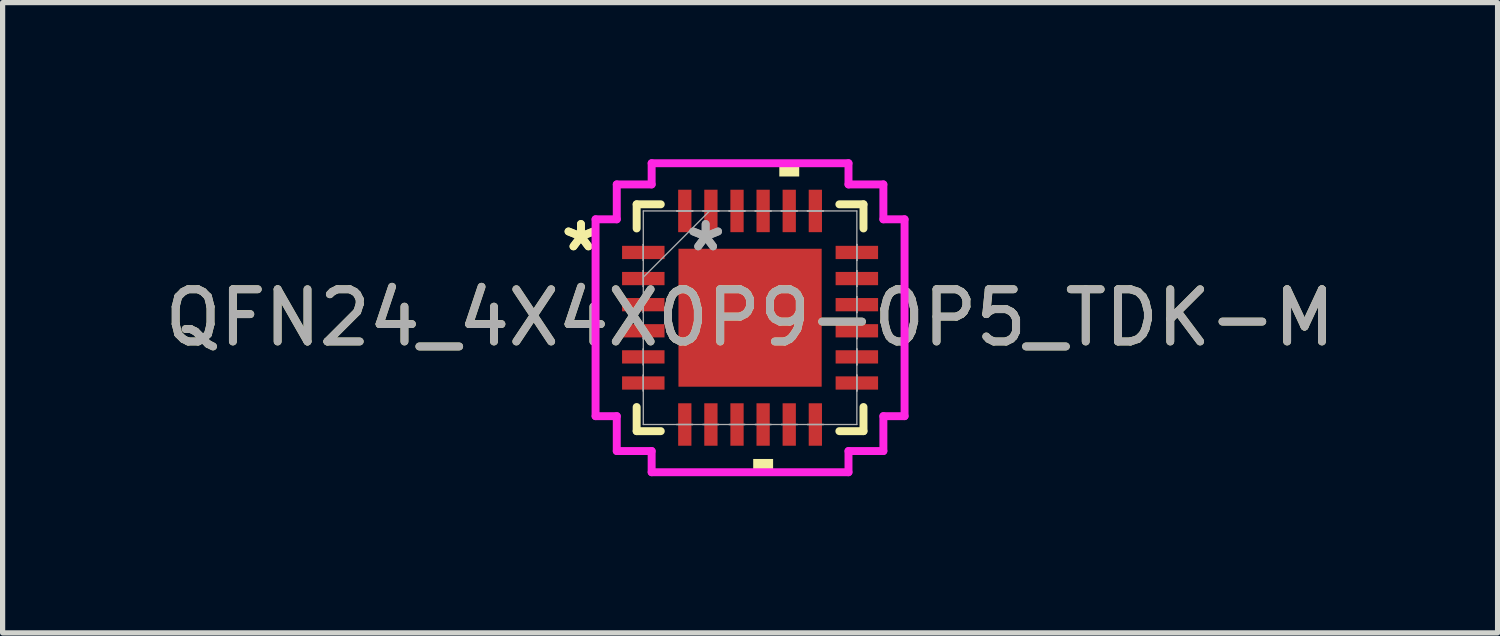
<source format=kicad_pcb>
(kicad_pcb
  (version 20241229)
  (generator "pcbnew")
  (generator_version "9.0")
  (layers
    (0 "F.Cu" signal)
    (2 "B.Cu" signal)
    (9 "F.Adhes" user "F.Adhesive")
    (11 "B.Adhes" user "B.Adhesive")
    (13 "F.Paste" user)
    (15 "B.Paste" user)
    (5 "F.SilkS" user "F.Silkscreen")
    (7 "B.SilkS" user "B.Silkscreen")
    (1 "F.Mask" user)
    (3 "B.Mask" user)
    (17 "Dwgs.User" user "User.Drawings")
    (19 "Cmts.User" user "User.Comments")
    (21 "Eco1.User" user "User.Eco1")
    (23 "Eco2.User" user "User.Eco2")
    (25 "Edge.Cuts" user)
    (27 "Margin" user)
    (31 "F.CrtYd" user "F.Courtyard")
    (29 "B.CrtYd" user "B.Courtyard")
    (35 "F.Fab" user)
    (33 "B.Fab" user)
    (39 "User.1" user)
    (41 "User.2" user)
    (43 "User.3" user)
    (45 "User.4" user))
  (footprint "QFN24_4X4X0P9-0P5_TDK-M"
    (layer "F.Cu")
    (at 11.315 3.035)
    (property "Reference" "QFN24_4X4X0P9-0P5_TDK-M" (at 0 0 0) (unlocked yes) (layer "F.SilkS") (effects (font (size 1 1) (thickness 0.15))))
    (attr smd)
    (fp_line (start -2.172 -2.172) (end -2.172 -1.71) (stroke (width 0.152) (type solid)) (layer "F.SilkS"))
    (fp_line (start -2.172 1.71) (end -2.172 2.172) (stroke (width 0.152) (type solid)) (layer "F.SilkS"))
    (fp_line (start -2.172 2.172) (end -1.71 2.172) (stroke (width 0.152) (type solid)) (layer "F.SilkS"))
    (fp_line (start -1.71 -2.172) (end -2.172 -2.172) (stroke (width 0.152) (type solid)) (layer "F.SilkS"))
    (fp_line (start 1.71 2.172) (end 2.172 2.172) (stroke (width 0.152) (type solid)) (layer "F.SilkS"))
    (fp_line (start 2.172 -2.172) (end 1.71 -2.172) (stroke (width 0.152) (type solid)) (layer "F.SilkS"))
    (fp_line (start 2.172 -1.71) (end 2.172 -2.172) (stroke (width 0.152) (type solid)) (layer "F.SilkS"))
    (fp_line (start 2.172 2.172) (end 2.172 1.71) (stroke (width 0.152) (type solid)) (layer "F.SilkS"))
    (fp_poly (pts (xy 0.06 2.705) (xy 0.06 2.959) (xy 0.441 2.959) (xy 0.441 2.705)) (stroke (width 0) (type solid)) (fill yes) (layer "F.SilkS"))
    (fp_poly (pts (xy 0.56 -2.705) (xy 0.56 -2.959) (xy 0.941 -2.959) (xy 0.941 -2.705)) (stroke (width 0) (type solid)) (fill yes) (layer "F.SilkS"))
    (fp_line (start -2.959 -1.885) (end -2.553 -1.885) (stroke (width 0.152) (type solid)) (layer "F.CrtYd"))
    (fp_line (start -2.959 1.885) (end -2.959 -1.885) (stroke (width 0.152) (type solid)) (layer "F.CrtYd"))
    (fp_line (start -2.553 -2.553) (end -1.885 -2.553) (stroke (width 0.152) (type solid)) (layer "F.CrtYd"))
    (fp_line (start -2.553 -1.885) (end -2.553 -2.553) (stroke (width 0.152) (type solid)) (layer "F.CrtYd"))
    (fp_line (start -2.553 1.885) (end -2.959 1.885) (stroke (width 0.152) (type solid)) (layer "F.CrtYd"))
    (fp_line (start -2.553 2.553) (end -2.553 1.885) (stroke (width 0.152) (type solid)) (layer "F.CrtYd"))
    (fp_line (start -1.885 -2.959) (end 1.885 -2.959) (stroke (width 0.152) (type solid)) (layer "F.CrtYd"))
    (fp_line (start -1.885 -2.553) (end -1.885 -2.959) (stroke (width 0.152) (type solid)) (layer "F.CrtYd"))
    (fp_line (start -1.885 2.553) (end -2.553 2.553) (stroke (width 0.152) (type solid)) (layer "F.CrtYd"))
    (fp_line (start -1.885 2.959) (end -1.885 2.553) (stroke (width 0.152) (type solid)) (layer "F.CrtYd"))
    (fp_line (start 1.885 -2.959) (end 1.885 -2.553) (stroke (width 0.152) (type solid)) (layer "F.CrtYd"))
    (fp_line (start 1.885 -2.553) (end 2.553 -2.553) (stroke (width 0.152) (type solid)) (layer "F.CrtYd"))
    (fp_line (start 1.885 2.553) (end 1.885 2.959) (stroke (width 0.152) (type solid)) (layer "F.CrtYd"))
    (fp_line (start 1.885 2.959) (end -1.885 2.959) (stroke (width 0.152) (type solid)) (layer "F.CrtYd"))
    (fp_line (start 2.553 -2.553) (end 2.553 -1.885) (stroke (width 0.152) (type solid)) (layer "F.CrtYd"))
    (fp_line (start 2.553 -1.885) (end 2.959 -1.885) (stroke (width 0.152) (type solid)) (layer "F.CrtYd"))
    (fp_line (start 2.553 1.885) (end 2.553 2.553) (stroke (width 0.152) (type solid)) (layer "F.CrtYd"))
    (fp_line (start 2.553 2.553) (end 1.885 2.553) (stroke (width 0.152) (type solid)) (layer "F.CrtYd"))
    (fp_line (start 2.959 -1.885) (end 2.959 1.885) (stroke (width 0.152) (type solid)) (layer "F.CrtYd"))
    (fp_line (start 2.959 1.885) (end 2.553 1.885) (stroke (width 0.152) (type solid)) (layer "F.CrtYd"))
    (fp_line (start -2.045 -2.045) (end -2.045 2.045) (stroke (width 0.025) (type solid)) (layer "F.Fab"))
    (fp_line (start -2.045 -1.403) (end -2.045 -1.403) (stroke (width 0.025) (type solid)) (layer "F.Fab"))
    (fp_line (start -2.045 -1.403) (end -2.045 -1.098) (stroke (width 0.025) (type solid)) (layer "F.Fab"))
    (fp_line (start -2.045 -1.098) (end -2.045 -1.403) (stroke (width 0.025) (type solid)) (layer "F.Fab"))
    (fp_line (start -2.045 -1.098) (end -2.045 -1.098) (stroke (width 0.025) (type solid)) (layer "F.Fab"))
    (fp_line (start -2.045 -0.903) (end -2.045 -0.903) (stroke (width 0.025) (type solid)) (layer "F.Fab"))
    (fp_line (start -2.045 -0.903) (end -2.045 -0.598) (stroke (width 0.025) (type solid)) (layer "F.Fab"))
    (fp_line (start -2.045 -0.775) (end -0.775 -2.045) (stroke (width 0.025) (type solid)) (layer "F.Fab"))
    (fp_line (start -2.045 -0.598) (end -2.045 -0.903) (stroke (width 0.025) (type solid)) (layer "F.Fab"))
    (fp_line (start -2.045 -0.598) (end -2.045 -0.598) (stroke (width 0.025) (type solid)) (layer "F.Fab"))
    (fp_line (start -2.045 -0.402) (end -2.045 -0.402) (stroke (width 0.025) (type solid)) (layer "F.Fab"))
    (fp_line (start -2.045 -0.402) (end -2.045 -0.098) (stroke (width 0.025) (type solid)) (layer "F.Fab"))
    (fp_line (start -2.045 -0.098) (end -2.045 -0.402) (stroke (width 0.025) (type solid)) (layer "F.Fab"))
    (fp_line (start -2.045 -0.098) (end -2.045 -0.098) (stroke (width 0.025) (type solid)) (layer "F.Fab"))
    (fp_line (start -2.045 0.098) (end -2.045 0.098) (stroke (width 0.025) (type solid)) (layer "F.Fab"))
    (fp_line (start -2.045 0.098) (end -2.045 0.402) (stroke (width 0.025) (type solid)) (layer "F.Fab"))
    (fp_line (start -2.045 0.402) (end -2.045 0.098) (stroke (width 0.025) (type solid)) (layer "F.Fab"))
    (fp_line (start -2.045 0.402) (end -2.045 0.402) (stroke (width 0.025) (type solid)) (layer "F.Fab"))
    (fp_line (start -2.045 0.598) (end -2.045 0.598) (stroke (width 0.025) (type solid)) (layer "F.Fab"))
    (fp_line (start -2.045 0.598) (end -2.045 0.903) (stroke (width 0.025) (type solid)) (layer "F.Fab"))
    (fp_line (start -2.045 0.903) (end -2.045 0.598) (stroke (width 0.025) (type solid)) (layer "F.Fab"))
    (fp_line (start -2.045 0.903) (end -2.045 0.903) (stroke (width 0.025) (type solid)) (layer "F.Fab"))
    (fp_line (start -2.045 1.098) (end -2.045 1.098) (stroke (width 0.025) (type solid)) (layer "F.Fab"))
    (fp_line (start -2.045 1.098) (end -2.045 1.403) (stroke (width 0.025) (type solid)) (layer "F.Fab"))
    (fp_line (start -2.045 1.403) (end -2.045 1.098) (stroke (width 0.025) (type solid)) (layer "F.Fab"))
    (fp_line (start -2.045 1.403) (end -2.045 1.403) (stroke (width 0.025) (type solid)) (layer "F.Fab"))
    (fp_line (start -2.045 2.045) (end 2.045 2.045) (stroke (width 0.025) (type solid)) (layer "F.Fab"))
    (fp_line (start -1.403 -2.045) (end -1.403 -2.045) (stroke (width 0.025) (type solid)) (layer "F.Fab"))
    (fp_line (start -1.403 -2.045) (end -1.098 -2.045) (stroke (width 0.025) (type solid)) (layer "F.Fab"))
    (fp_line (start -1.403 2.045) (end -1.403 2.045) (stroke (width 0.025) (type solid)) (layer "F.Fab"))
    (fp_line (start -1.403 2.045) (end -1.098 2.045) (stroke (width 0.025) (type solid)) (layer "F.Fab"))
    (fp_line (start -1.098 -2.045) (end -1.403 -2.045) (stroke (width 0.025) (type solid)) (layer "F.Fab"))
    (fp_line (start -1.098 -2.045) (end -1.098 -2.045) (stroke (width 0.025) (type solid)) (layer "F.Fab"))
    (fp_line (start -1.098 2.045) (end -1.403 2.045) (stroke (width 0.025) (type solid)) (layer "F.Fab"))
    (fp_line (start -1.098 2.045) (end -1.098 2.045) (stroke (width 0.025) (type solid)) (layer "F.Fab"))
    (fp_line (start -0.903 -2.045) (end -0.903 -2.045) (stroke (width 0.025) (type solid)) (layer "F.Fab"))
    (fp_line (start -0.903 -2.045) (end -0.598 -2.045) (stroke (width 0.025) (type solid)) (layer "F.Fab"))
    (fp_line (start -0.903 2.045) (end -0.903 2.045) (stroke (width 0.025) (type solid)) (layer "F.Fab"))
    (fp_line (start -0.903 2.045) (end -0.598 2.045) (stroke (width 0.025) (type solid)) (layer "F.Fab"))
    (fp_line (start -0.598 -2.045) (end -0.903 -2.045) (stroke (width 0.025) (type solid)) (layer "F.Fab"))
    (fp_line (start -0.598 -2.045) (end -0.598 -2.045) (stroke (width 0.025) (type solid)) (layer "F.Fab"))
    (fp_line (start -0.598 2.045) (end -0.903 2.045) (stroke (width 0.025) (type solid)) (layer "F.Fab"))
    (fp_line (start -0.598 2.045) (end -0.598 2.045) (stroke (width 0.025) (type solid)) (layer "F.Fab"))
    (fp_line (start -0.402 -2.045) (end -0.402 -2.045) (stroke (width 0.025) (type solid)) (layer "F.Fab"))
    (fp_line (start -0.402 -2.045) (end -0.098 -2.045) (stroke (width 0.025) (type solid)) (layer "F.Fab"))
    (fp_line (start -0.402 2.045) (end -0.402 2.045) (stroke (width 0.025) (type solid)) (layer "F.Fab"))
    (fp_line (start -0.402 2.045) (end -0.098 2.045) (stroke (width 0.025) (type solid)) (layer "F.Fab"))
    (fp_line (start -0.098 -2.045) (end -0.402 -2.045) (stroke (width 0.025) (type solid)) (layer "F.Fab"))
    (fp_line (start -0.098 -2.045) (end -0.098 -2.045) (stroke (width 0.025) (type solid)) (layer "F.Fab"))
    (fp_line (start -0.098 2.045) (end -0.402 2.045) (stroke (width 0.025) (type solid)) (layer "F.Fab"))
    (fp_line (start -0.098 2.045) (end -0.098 2.045) (stroke (width 0.025) (type solid)) (layer "F.Fab"))
    (fp_line (start 0.098 -2.045) (end 0.098 -2.045) (stroke (width 0.025) (type solid)) (layer "F.Fab"))
    (fp_line (start 0.098 -2.045) (end 0.402 -2.045) (stroke (width 0.025) (type solid)) (layer "F.Fab"))
    (fp_line (start 0.098 2.045) (end 0.098 2.045) (stroke (width 0.025) (type solid)) (layer "F.Fab"))
    (fp_line (start 0.098 2.045) (end 0.402 2.045) (stroke (width 0.025) (type solid)) (layer "F.Fab"))
    (fp_line (start 0.402 -2.045) (end 0.098 -2.045) (stroke (width 0.025) (type solid)) (layer "F.Fab"))
    (fp_line (start 0.402 -2.045) (end 0.402 -2.045) (stroke (width 0.025) (type solid)) (layer "F.Fab"))
    (fp_line (start 0.402 2.045) (end 0.098 2.045) (stroke (width 0.025) (type solid)) (layer "F.Fab"))
    (fp_line (start 0.402 2.045) (end 0.402 2.045) (stroke (width 0.025) (type solid)) (layer "F.Fab"))
    (fp_line (start 0.598 -2.045) (end 0.598 -2.045) (stroke (width 0.025) (type solid)) (layer "F.Fab"))
    (fp_line (start 0.598 -2.045) (end 0.903 -2.045) (stroke (width 0.025) (type solid)) (layer "F.Fab"))
    (fp_line (start 0.598 2.045) (end 0.598 2.045) (stroke (width 0.025) (type solid)) (layer "F.Fab"))
    (fp_line (start 0.598 2.045) (end 0.903 2.045) (stroke (width 0.025) (type solid)) (layer "F.Fab"))
    (fp_line (start 0.903 -2.045) (end 0.598 -2.045) (stroke (width 0.025) (type solid)) (layer "F.Fab"))
    (fp_line (start 0.903 -2.045) (end 0.903 -2.045) (stroke (width 0.025) (type solid)) (layer "F.Fab"))
    (fp_line (start 0.903 2.045) (end 0.598 2.045) (stroke (width 0.025) (type solid)) (layer "F.Fab"))
    (fp_line (start 0.903 2.045) (end 0.903 2.045) (stroke (width 0.025) (type solid)) (layer "F.Fab"))
    (fp_line (start 1.098 -2.045) (end 1.098 -2.045) (stroke (width 0.025) (type solid)) (layer "F.Fab"))
    (fp_line (start 1.098 -2.045) (end 1.403 -2.045) (stroke (width 0.025) (type solid)) (layer "F.Fab"))
    (fp_line (start 1.098 2.045) (end 1.098 2.045) (stroke (width 0.025) (type solid)) (layer "F.Fab"))
    (fp_line (start 1.098 2.045) (end 1.403 2.045) (stroke (width 0.025) (type solid)) (layer "F.Fab"))
    (fp_line (start 1.403 -2.045) (end 1.098 -2.045) (stroke (width 0.025) (type solid)) (layer "F.Fab"))
    (fp_line (start 1.403 -2.045) (end 1.403 -2.045) (stroke (width 0.025) (type solid)) (layer "F.Fab"))
    (fp_line (start 1.403 2.045) (end 1.098 2.045) (stroke (width 0.025) (type solid)) (layer "F.Fab"))
    (fp_line (start 1.403 2.045) (end 1.403 2.045) (stroke (width 0.025) (type solid)) (layer "F.Fab"))
    (fp_line (start 2.045 -2.045) (end -2.045 -2.045) (stroke (width 0.025) (type solid)) (layer "F.Fab"))
    (fp_line (start 2.045 -1.403) (end 2.045 -1.403) (stroke (width 0.025) (type solid)) (layer "F.Fab"))
    (fp_line (start 2.045 -1.403) (end 2.045 -1.098) (stroke (width 0.025) (type solid)) (layer "F.Fab"))
    (fp_line (start 2.045 -1.098) (end 2.045 -1.403) (stroke (width 0.025) (type solid)) (layer "F.Fab"))
    (fp_line (start 2.045 -1.098) (end 2.045 -1.098) (stroke (width 0.025) (type solid)) (layer "F.Fab"))
    (fp_line (start 2.045 -0.903) (end 2.045 -0.903) (stroke (width 0.025) (type solid)) (layer "F.Fab"))
    (fp_line (start 2.045 -0.903) (end 2.045 -0.598) (stroke (width 0.025) (type solid)) (layer "F.Fab"))
    (fp_line (start 2.045 -0.598) (end 2.045 -0.903) (stroke (width 0.025) (type solid)) (layer "F.Fab"))
    (fp_line (start 2.045 -0.598) (end 2.045 -0.598) (stroke (width 0.025) (type solid)) (layer "F.Fab"))
    (fp_line (start 2.045 -0.402) (end 2.045 -0.402) (stroke (width 0.025) (type solid)) (layer "F.Fab"))
    (fp_line (start 2.045 -0.402) (end 2.045 -0.098) (stroke (width 0.025) (type solid)) (layer "F.Fab"))
    (fp_line (start 2.045 -0.098) (end 2.045 -0.402) (stroke (width 0.025) (type solid)) (layer "F.Fab"))
    (fp_line (start 2.045 -0.098) (end 2.045 -0.098) (stroke (width 0.025) (type solid)) (layer "F.Fab"))
    (fp_line (start 2.045 0.098) (end 2.045 0.098) (stroke (width 0.025) (type solid)) (layer "F.Fab"))
    (fp_line (start 2.045 0.098) (end 2.045 0.402) (stroke (width 0.025) (type solid)) (layer "F.Fab"))
    (fp_line (start 2.045 0.402) (end 2.045 0.098) (stroke (width 0.025) (type solid)) (layer "F.Fab"))
    (fp_line (start 2.045 0.402) (end 2.045 0.402) (stroke (width 0.025) (type solid)) (layer "F.Fab"))
    (fp_line (start 2.045 0.598) (end 2.045 0.598) (stroke (width 0.025) (type solid)) (layer "F.Fab"))
    (fp_line (start 2.045 0.598) (end 2.045 0.903) (stroke (width 0.025) (type solid)) (layer "F.Fab"))
    (fp_line (start 2.045 0.903) (end 2.045 0.598) (stroke (width 0.025) (type solid)) (layer "F.Fab"))
    (fp_line (start 2.045 0.903) (end 2.045 0.903) (stroke (width 0.025) (type solid)) (layer "F.Fab"))
    (fp_line (start 2.045 1.098) (end 2.045 1.098) (stroke (width 0.025) (type solid)) (layer "F.Fab"))
    (fp_line (start 2.045 1.098) (end 2.045 1.403) (stroke (width 0.025) (type solid)) (layer "F.Fab"))
    (fp_line (start 2.045 1.403) (end 2.045 1.098) (stroke (width 0.025) (type solid)) (layer "F.Fab"))
    (fp_line (start 2.045 1.403) (end 2.045 1.403) (stroke (width 0.025) (type solid)) (layer "F.Fab"))
    (fp_line (start 2.045 2.045) (end 2.045 -2.045) (stroke (width 0.025) (type solid)) (layer "F.Fab"))
    (fp_text user "*" (at -3.239 -1.25 0) (layer "F.SilkS") (effects (font (size 1 1) (thickness 0.15))))
    (fp_text user "*" (at -3.239 -1.25 0) (unlocked yes) (layer "F.SilkS") (effects (font (size 1 1) (thickness 0.15))))
    (fp_text user "*" (at -0.851 -1.25 0) (layer "F.Fab") (effects (font (size 1 1) (thickness 0.15))))
    (fp_text user "*" (at -0.851 -1.25 0) (unlocked yes) (layer "F.Fab") (effects (font (size 1 1) (thickness 0.15))))
    (fp_text user "${REFERENCE}" (at 0 0 0) (unlocked yes) (layer "F.Fab") (effects (font (size 1 1) (thickness 0.15))))
    (pad "1" smd rect (at -2.045 -1.25 90) (size 0.254 0.813) (layers "F.Cu" "F.Mask" "F.Paste"))
    (pad "2" smd rect (at -2.045 -0.75 90) (size 0.254 0.813) (layers "F.Cu" "F.Mask" "F.Paste"))
    (pad "3" smd rect (at -2.045 -0.25 90) (size 0.254 0.813) (layers "F.Cu" "F.Mask" "F.Paste"))
    (pad "4" smd rect (at -2.045 0.25 90) (size 0.254 0.813) (layers "F.Cu" "F.Mask" "F.Paste"))
    (pad "5" smd rect (at -2.045 0.75 90) (size 0.254 0.813) (layers "F.Cu" "F.Mask" "F.Paste"))
    (pad "6" smd rect (at -2.045 1.25 90) (size 0.254 0.813) (layers "F.Cu" "F.Mask" "F.Paste"))
    (pad "7" smd rect (at -1.25 2.045) (size 0.254 0.813) (layers "F.Cu" "F.Mask" "F.Paste"))
    (pad "8" smd rect (at -0.75 2.045) (size 0.254 0.813) (layers "F.Cu" "F.Mask" "F.Paste"))
    (pad "9" smd rect (at -0.25 2.045) (size 0.254 0.813) (layers "F.Cu" "F.Mask" "F.Paste"))
    (pad "10" smd rect (at 0.25 2.045) (size 0.254 0.813) (layers "F.Cu" "F.Mask" "F.Paste"))
    (pad "11" smd rect (at 0.75 2.045) (size 0.254 0.813) (layers "F.Cu" "F.Mask" "F.Paste"))
    (pad "12" smd rect (at 1.25 2.045) (size 0.254 0.813) (layers "F.Cu" "F.Mask" "F.Paste"))
    (pad "13" smd rect (at 2.045 1.25 90) (size 0.254 0.813) (layers "F.Cu" "F.Mask" "F.Paste"))
    (pad "14" smd rect (at 2.045 0.75 90) (size 0.254 0.813) (layers "F.Cu" "F.Mask" "F.Paste"))
    (pad "15" smd rect (at 2.045 0.25 90) (size 0.254 0.813) (layers "F.Cu" "F.Mask" "F.Paste"))
    (pad "16" smd rect (at 2.045 -0.25 90) (size 0.254 0.813) (layers "F.Cu" "F.Mask" "F.Paste"))
    (pad "17" smd rect (at 2.045 -0.75 90) (size 0.254 0.813) (layers "F.Cu" "F.Mask" "F.Paste"))
    (pad "18" smd rect (at 2.045 -1.25 90) (size 0.254 0.813) (layers "F.Cu" "F.Mask" "F.Paste"))
    (pad "19" smd rect (at 1.25 -2.045) (size 0.254 0.813) (layers "F.Cu" "F.Mask" "F.Paste"))
    (pad "20" smd rect (at 0.75 -2.045) (size 0.254 0.813) (layers "F.Cu" "F.Mask" "F.Paste"))
    (pad "21" smd rect (at 0.25 -2.045) (size 0.254 0.813) (layers "F.Cu" "F.Mask" "F.Paste"))
    (pad "22" smd rect (at -0.25 -2.045) (size 0.254 0.813) (layers "F.Cu" "F.Mask" "F.Paste"))
    (pad "23" smd rect (at -0.75 -2.045) (size 0.254 0.813) (layers "F.Cu" "F.Mask" "F.Paste"))
    (pad "24" smd rect (at -1.25 -2.045) (size 0.254 0.813) (layers "F.Cu" "F.Mask" "F.Paste"))
    (pad "25" smd rect (at 0 0) (size 2.743 2.642) (layers "F.Cu" "F.Mask" "F.Paste")))
  (gr_rect
    (start -3 -3)
    (end 25.631 9.071)
    (stroke (width 0.1) (type default))
    (fill no)
    (layer "Edge.Cuts")))
</source>
